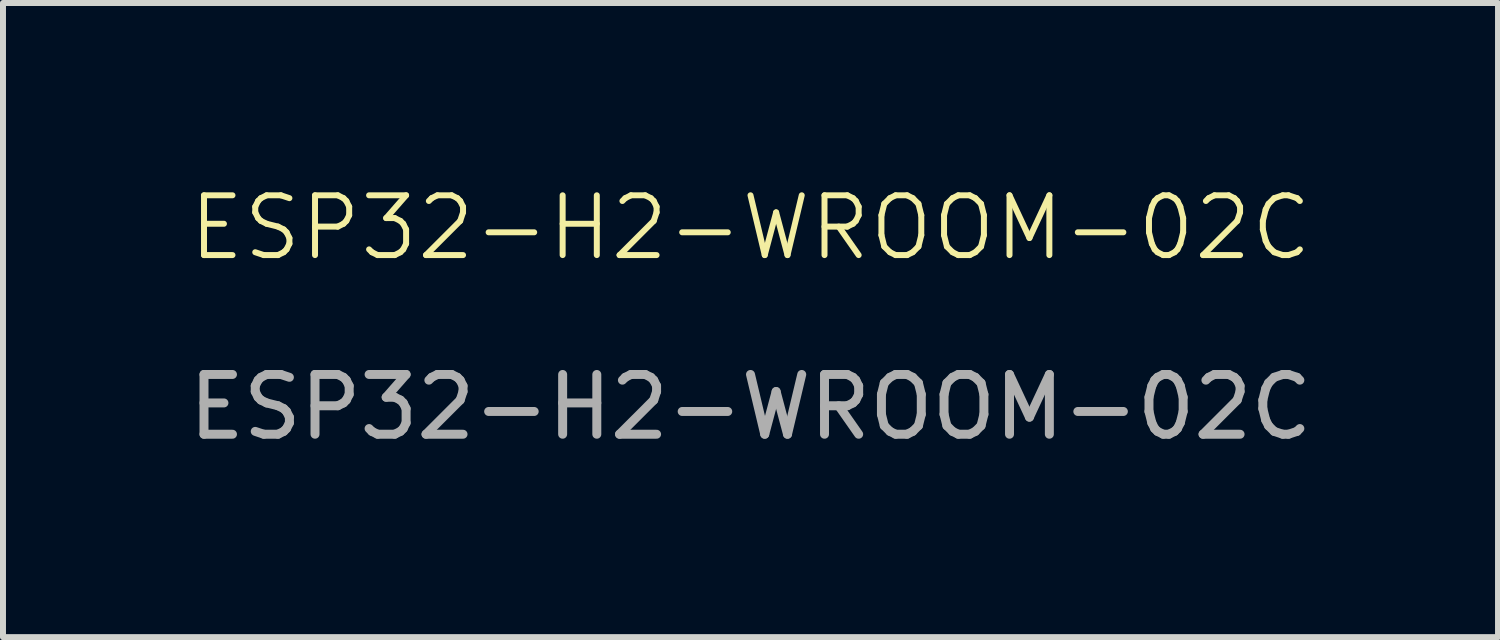
<source format=kicad_pcb>
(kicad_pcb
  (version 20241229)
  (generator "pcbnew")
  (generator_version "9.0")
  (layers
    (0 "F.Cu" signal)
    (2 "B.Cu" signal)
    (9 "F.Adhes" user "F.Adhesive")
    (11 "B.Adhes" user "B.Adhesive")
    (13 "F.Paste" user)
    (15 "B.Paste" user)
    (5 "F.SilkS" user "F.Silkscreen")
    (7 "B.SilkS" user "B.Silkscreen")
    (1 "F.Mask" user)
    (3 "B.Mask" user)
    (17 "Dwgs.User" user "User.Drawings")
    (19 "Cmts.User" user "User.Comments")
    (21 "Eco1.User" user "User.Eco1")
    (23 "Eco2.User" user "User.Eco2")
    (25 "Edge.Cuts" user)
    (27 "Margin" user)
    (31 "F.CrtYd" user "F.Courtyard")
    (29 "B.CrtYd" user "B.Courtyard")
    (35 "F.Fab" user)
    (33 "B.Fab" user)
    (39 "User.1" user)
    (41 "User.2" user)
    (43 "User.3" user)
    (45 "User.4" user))
  (footprint "ESP32-H2-WROOM-02C"
    (layer "F.Cu")
    (at 9.506 1.26)
    (property "Reference" "ESP32-H2-WROOM-02C" (at 0 -0.5 0) (unlocked yes) (layer "F.SilkS") (effects (font (size 1 1) (thickness 0.1))))
    (attr smd)
    (fp_text user "${REFERENCE}" (at 0 2.5 0) (unlocked yes) (layer "F.Fab") (effects (font (size 1 1) (thickness 0.15)))))
  (gr_rect
    (start -3 -3)
    (end 22.012 7.609)
    (stroke (width 0.1) (type default))
    (fill no)
    (layer "Edge.Cuts")))
</source>
